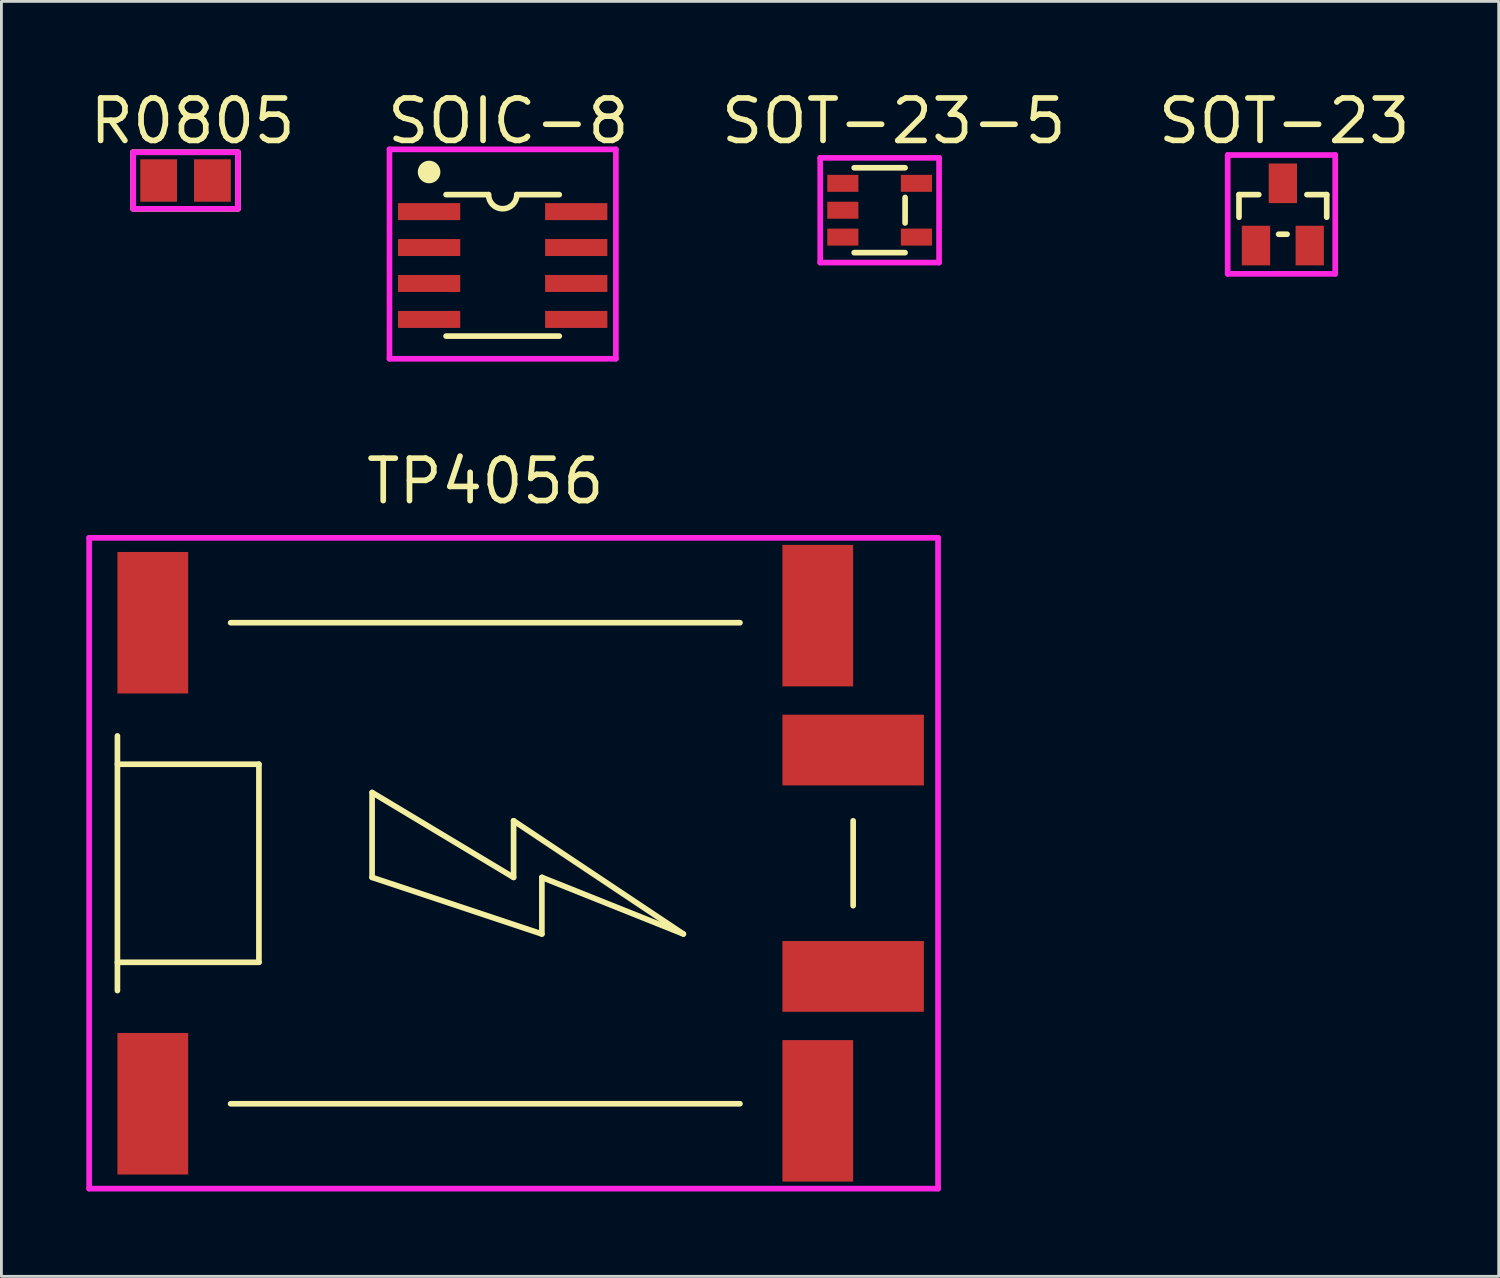
<source format=kicad_pcb>
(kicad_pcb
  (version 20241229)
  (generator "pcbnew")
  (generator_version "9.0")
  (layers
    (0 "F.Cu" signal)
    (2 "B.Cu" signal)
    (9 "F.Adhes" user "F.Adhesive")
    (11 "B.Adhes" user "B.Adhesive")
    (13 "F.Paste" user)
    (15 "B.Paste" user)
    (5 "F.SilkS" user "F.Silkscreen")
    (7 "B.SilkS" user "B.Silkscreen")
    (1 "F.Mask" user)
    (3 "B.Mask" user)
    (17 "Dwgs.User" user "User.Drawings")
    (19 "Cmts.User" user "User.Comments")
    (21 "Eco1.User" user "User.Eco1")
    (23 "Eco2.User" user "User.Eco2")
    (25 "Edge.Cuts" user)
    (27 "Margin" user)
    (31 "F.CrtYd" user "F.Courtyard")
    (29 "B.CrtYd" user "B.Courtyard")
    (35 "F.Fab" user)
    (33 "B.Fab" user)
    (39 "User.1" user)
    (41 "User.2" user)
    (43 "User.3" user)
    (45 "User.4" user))
  (footprint "SOT-23"
    (layer "F.Cu")
    (at 41.336 5.628)
    (property "Reference" "SOT-23" (at 1 -4.4 0) (layer "F.SilkS") (effects (font (size 1.5 1.5) (thickness 0.2))))
    (attr through_hole)
    (fp_line (start -0.6 -1.8) (end -0.6 -1) (stroke (width 0.2) (type solid)) (layer "F.SilkS"))
    (fp_line (start 0.1 -1.8) (end -0.6 -1.8) (stroke (width 0.2) (type solid)) (layer "F.SilkS"))
    (fp_line (start 0.8 -0.4) (end 1.1 -0.4) (stroke (width 0.2) (type solid)) (layer "F.SilkS"))
    (fp_line (start 2.5 -1.8) (end 1.8 -1.8) (stroke (width 0.2) (type solid)) (layer "F.SilkS"))
    (fp_line (start 2.5 -1) (end 2.5 -1.8) (stroke (width 0.2) (type solid)) (layer "F.SilkS"))
    (fp_line (start -1 -3.2) (end 2.8 -3.2) (stroke (width 0.2) (type solid)) (layer "F.CrtYd"))
    (fp_line (start -1 1) (end -1 -3.2) (stroke (width 0.2) (type solid)) (layer "F.CrtYd"))
    (fp_line (start 2.8 -3.2) (end 2.8 1) (stroke (width 0.2) (type solid)) (layer "F.CrtYd"))
    (fp_line (start 2.8 1) (end -1 1) (stroke (width 0.2) (type solid)) (layer "F.CrtYd"))
    (pad "1" smd rect (at 0 0) (size 1 1.4) (layers "F.Cu" "F.Mask" "F.Paste"))
    (pad "2" smd rect (at 1.9 0) (size 1 1.4) (layers "F.Cu" "F.Mask" "F.Paste"))
    (pad "3" smd rect (at 0.95 -2.2) (size 1 1.4) (layers "F.Cu" "F.Mask" "F.Paste")))
  (footprint "R0805"
    (layer "F.Cu")
    (at 2.557 3.329)
    (property "Reference" "R0805" (at 1.2 -2.1 0) (layer "F.SilkS") (effects (font (size 1.5 1.5) (thickness 0.2))))
    (attr through_hole)
    (fp_line (start -0.9 -1) (end 2.8 -1) (stroke (width 0.2) (type solid)) (layer "F.SilkS"))
    (fp_line (start -0.9 1) (end -0.9 -1) (stroke (width 0.2) (type solid)) (layer "F.SilkS"))
    (fp_line (start 2.8 -1) (end 2.8 1) (stroke (width 0.2) (type solid)) (layer "F.SilkS"))
    (fp_line (start 2.8 1) (end -0.9 1) (stroke (width 0.2) (type solid)) (layer "F.SilkS"))
    (fp_line (start -0.9 -1) (end -0.9 1) (stroke (width 0.2) (type solid)) (layer "F.CrtYd"))
    (fp_line (start -0.9 -1) (end 2.8 -1) (stroke (width 0.2) (type solid)) (layer "F.CrtYd"))
    (fp_line (start -0.9 1) (end 2.8 1) (stroke (width 0.2) (type solid)) (layer "F.CrtYd"))
    (fp_line (start 2.8 -1) (end 2.8 0.9) (stroke (width 0.2) (type solid)) (layer "F.CrtYd"))
    (fp_line (start 2.8 1) (end 2.8 0.9) (stroke (width 0.2) (type solid)) (layer "F.CrtYd"))
    (pad "1" smd rect (at 0 0) (size 1.3 1.5) (layers "F.Cu" "F.Mask" "F.Paste"))
    (pad "2" smd rect (at 1.9 0) (size 1.3 1.5) (layers "F.Cu" "F.Mask" "F.Paste")))
  (footprint "SOT-23-5"
    (layer "F.Cu")
    (at 26.736 3.429)
    (property "Reference" "SOT-23-5" (at 1.8 -2.2 0) (layer "F.SilkS") (effects (font (size 1.5 1.5) (thickness 0.2))))
    (attr through_hole)
    (fp_line (start 0.4 -0.55) (end 2.2 -0.55) (stroke (width 0.2) (type solid)) (layer "F.SilkS"))
    (fp_line (start 2.2 0.5) (end 2.2 1.4) (stroke (width 0.2) (type solid)) (layer "F.SilkS"))
    (fp_line (start 2.2 2.45) (end 0.4 2.45) (stroke (width 0.2) (type solid)) (layer "F.SilkS"))
    (fp_line (start -0.8 -0.9) (end 3.4 -0.9) (stroke (width 0.2) (type solid)) (layer "F.CrtYd"))
    (fp_line (start -0.8 2.8) (end -0.8 -0.9) (stroke (width 0.2) (type solid)) (layer "F.CrtYd"))
    (fp_line (start 3.4 -0.9) (end 3.4 2.8) (stroke (width 0.2) (type solid)) (layer "F.CrtYd"))
    (fp_line (start 3.4 2.8) (end -0.8 2.8) (stroke (width 0.2) (type solid)) (layer "F.CrtYd"))
    (pad "1" smd rect (at 0 0) (size 1.1 0.6) (layers "F.Cu" "F.Mask" "F.Paste"))
    (pad "2" smd rect (at 0 0.95) (size 1.1 0.6) (layers "F.Cu" "F.Mask" "F.Paste"))
    (pad "3" smd rect (at 0 1.9) (size 1.1 0.6) (layers "F.Cu" "F.Mask" "F.Paste"))
    (pad "4" smd rect (at 2.6 1.9) (size 1.1 0.6) (layers "F.Cu" "F.Mask" "F.Paste"))
    (pad "5" smd rect (at 2.6 0) (size 1.1 0.6) (layers "F.Cu" "F.Mask" "F.Paste")))
  (footprint "TP4056"
    (layer "F.Cu")
    (at 1.1 18.957)
    (property "Reference" "TP4056" (at 13 -5 0) (layer "F.SilkS") (effects (font (size 1.5 1.5) (thickness 0.2))))
    (attr through_hole)
    (fp_line (start 0 5) (end 5 5) (stroke (width 0.2) (type solid)) (layer "F.SilkS"))
    (fp_line (start 0 13) (end 0 4) (stroke (width 0.2) (type solid)) (layer "F.SilkS"))
    (fp_line (start 4 0) (end 22 0) (stroke (width 0.2) (type solid)) (layer "F.SilkS"))
    (fp_line (start 5 5) (end 5 12) (stroke (width 0.2) (type solid)) (layer "F.SilkS"))
    (fp_line (start 5 12) (end 0 12) (stroke (width 0.2) (type solid)) (layer "F.SilkS"))
    (fp_line (start 9 6) (end 14 9) (stroke (width 0.2) (type solid)) (layer "F.SilkS"))
    (fp_line (start 9 9) (end 9 6) (stroke (width 0.2) (type solid)) (layer "F.SilkS"))
    (fp_line (start 14 7) (end 20 11) (stroke (width 0.2) (type solid)) (layer "F.SilkS"))
    (fp_line (start 14 9) (end 14 7) (stroke (width 0.2) (type solid)) (layer "F.SilkS"))
    (fp_line (start 15 9) (end 15 11) (stroke (width 0.2) (type solid)) (layer "F.SilkS"))
    (fp_line (start 15 11) (end 9 9) (stroke (width 0.2) (type solid)) (layer "F.SilkS"))
    (fp_line (start 20 11) (end 15 9) (stroke (width 0.2) (type solid)) (layer "F.SilkS"))
    (fp_line (start 22 17) (end 4 17) (stroke (width 0.2) (type solid)) (layer "F.SilkS"))
    (fp_line (start 26 7) (end 26 10) (stroke (width 0.2) (type solid)) (layer "F.SilkS"))
    (fp_line (start -1 -3) (end 29 -3) (stroke (width 0.2) (type solid)) (layer "F.CrtYd"))
    (fp_line (start -1 20) (end -1 -3) (stroke (width 0.2) (type solid)) (layer "F.CrtYd"))
    (fp_line (start 29 -3) (end 29 20) (stroke (width 0.2) (type solid)) (layer "F.CrtYd"))
    (fp_line (start 29 20) (end -1 20) (stroke (width 0.2) (type solid)) (layer "F.CrtYd"))
    (pad "1" smd rect (at 1.25 0) (size 2.5 5) (layers "F.Cu" "F.Mask" "F.Paste"))
    (pad "2" smd rect (at 1.25 17) (size 2.5 5) (layers "F.Cu" "F.Mask" "F.Paste"))
    (pad "3" smd rect (at 24.75 17.25) (size 2.5 5) (layers "F.Cu" "F.Mask" "F.Paste"))
    (pad "4" smd rect (at 26 12.5 90) (size 2.5 5) (layers "F.Cu" "F.Mask" "F.Paste"))
    (pad "5" smd rect (at 26 4.5 90) (size 2.5 5) (layers "F.Cu" "F.Mask" "F.Paste"))
    (pad "6" smd rect (at 24.75 -0.25 180) (size 2.5 5) (layers "F.Cu" "F.Mask" "F.Paste")))
  (footprint "SOIC-8"
    (layer "F.Cu")
    (at 12.114 4.428)
    (property "Reference" "SOIC-8" (at 2.8 -3.2 0) (layer "F.SilkS") (effects (font (size 1.5 1.5) (thickness 0.2))))
    (attr through_hole)
    (fp_line (start 0.6 -0.6) (end 2.1 -0.6) (stroke (width 0.2) (type solid)) (layer "F.SilkS"))
    (fp_line (start 0.6 4.4) (end 4.6 4.4) (stroke (width 0.2) (type solid)) (layer "F.SilkS"))
    (fp_line (start 3.1 -0.6) (end 4.6 -0.6) (stroke (width 0.2) (type solid)) (layer "F.SilkS"))
    (fp_arc (start 3.1 -0.6) (mid 2.6 -0.1) (end 2.1 -0.6) (stroke (width 0.2) (type solid)) (layer "F.SilkS"))
    (fp_circle (center 0 -1.4) (end 0.2 -1.4) (stroke (width 0.4) (type solid)) (fill no) (layer "F.SilkS"))
    (fp_line (start -1.4 -2.2) (end 6.6 -2.2) (stroke (width 0.2) (type solid)) (layer "F.CrtYd"))
    (fp_line (start -1.4 5.2) (end -1.4 -2.2) (stroke (width 0.2) (type solid)) (layer "F.CrtYd"))
    (fp_line (start 6.6 -2.2) (end 6.6 5.2) (stroke (width 0.2) (type solid)) (layer "F.CrtYd"))
    (fp_line (start 6.6 5.2) (end -1.4 5.2) (stroke (width 0.2) (type solid)) (layer "F.CrtYd"))
    (pad "1" smd rect (at 0 0) (size 2.2 0.6) (layers "F.Cu" "F.Mask" "F.Paste"))
    (pad "2" smd rect (at 0 1.27) (size 2.2 0.6) (layers "F.Cu" "F.Mask" "F.Paste"))
    (pad "3" smd rect (at 0 2.54) (size 2.2 0.6) (layers "F.Cu" "F.Mask" "F.Paste"))
    (pad "4" smd rect (at 0 3.81) (size 2.2 0.6) (layers "F.Cu" "F.Mask" "F.Paste"))
    (pad "5" smd rect (at 5.2 3.81) (size 2.2 0.6) (layers "F.Cu" "F.Mask" "F.Paste"))
    (pad "6" smd rect (at 5.2 2.54) (size 2.2 0.6) (layers "F.Cu" "F.Mask" "F.Paste"))
    (pad "7" smd rect (at 5.2 1.27) (size 2.2 0.6) (layers "F.Cu" "F.Mask" "F.Paste"))
    (pad "8" smd rect (at 5.2 0) (size 2.2 0.6) (layers "F.Cu" "F.Mask" "F.Paste")))
  (gr_rect
    (start -3 -3)
    (end 49.914 42.057)
    (stroke (width 0.1) (type default))
    (fill no)
    (layer "Edge.Cuts")))
</source>
